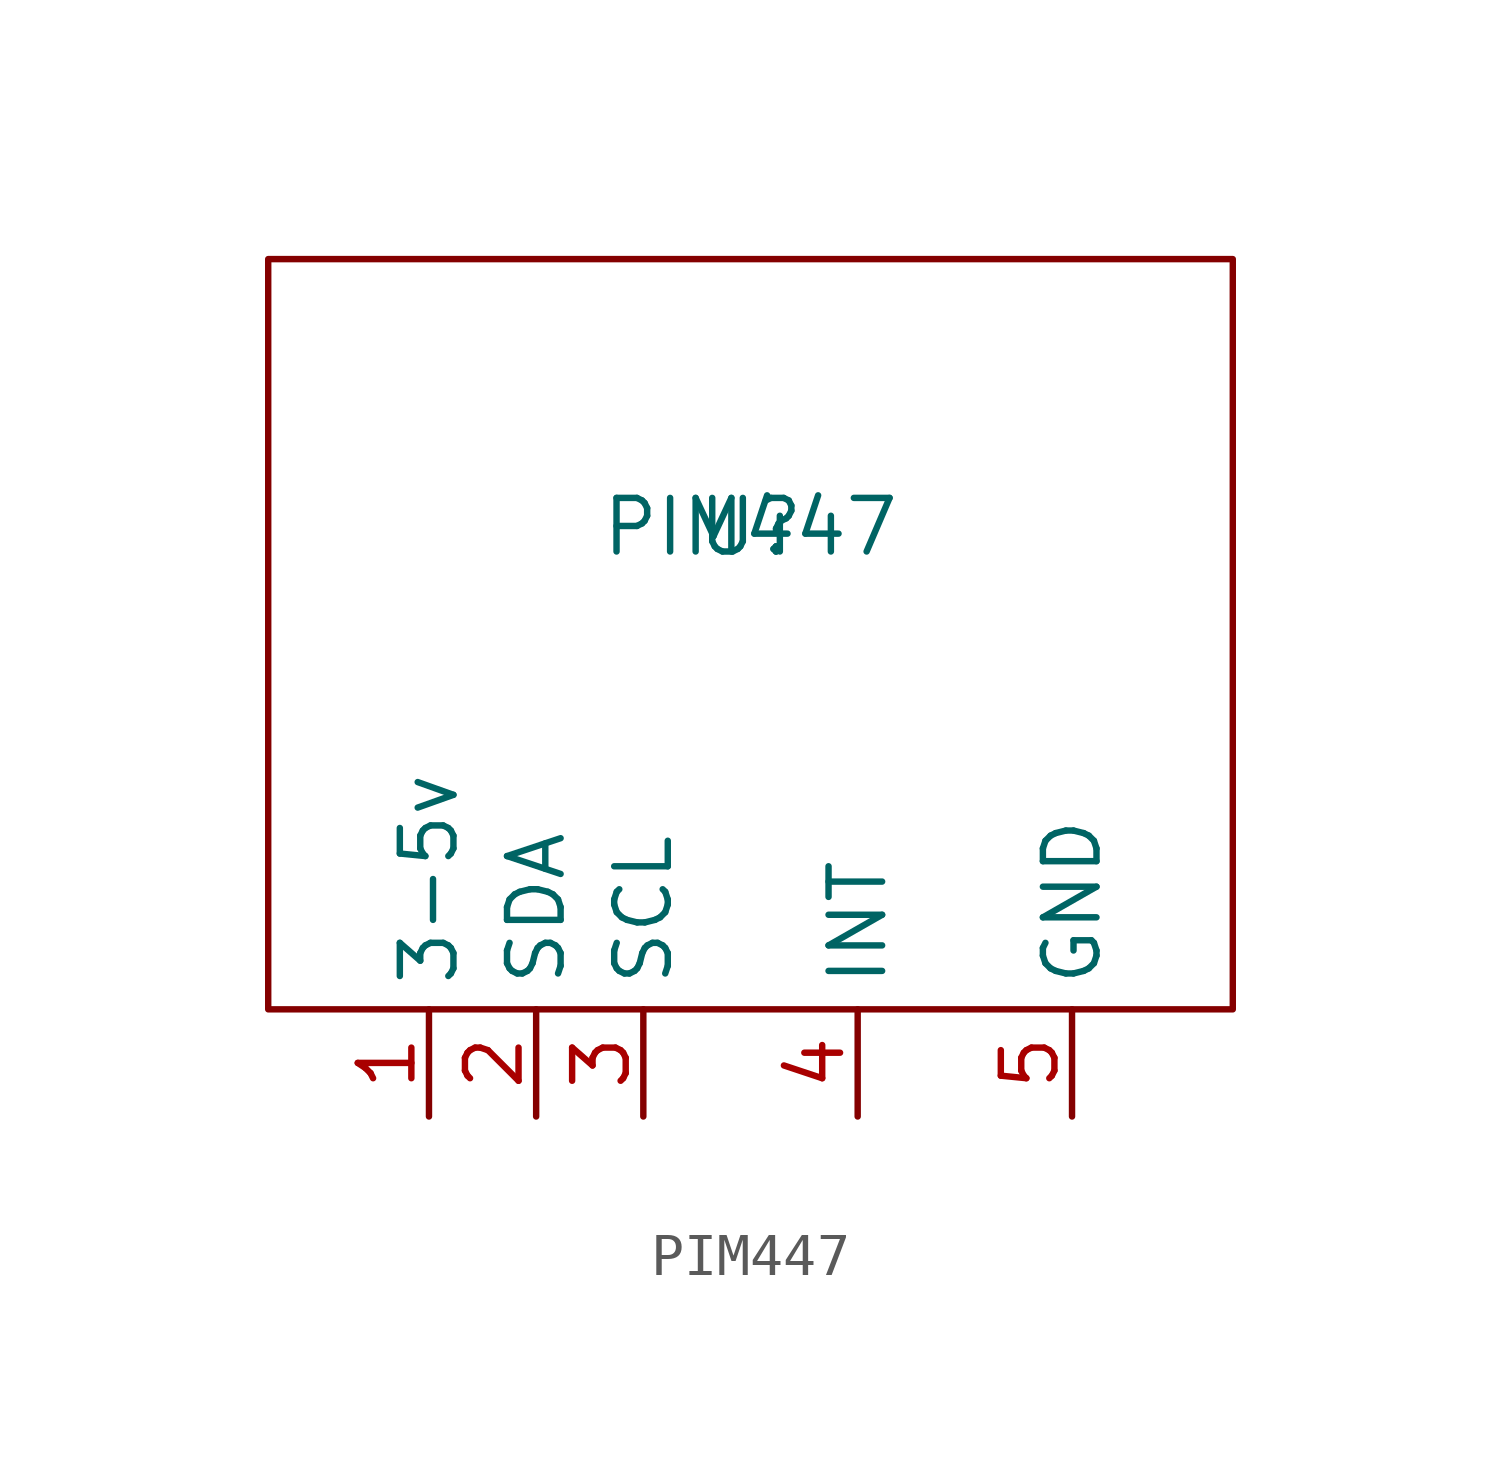
<source format=kicad_sym>
(kicad_symbol_lib
  (version 20201005)
  (generator kicad_symbol_editor)
  (symbol "grasndiceps:PIM447"
    (property "Reference" "U"
      (at 0 0 0)
      (effects (font (size 1.27 1.27))))
    (property "Value" "PIM447"
      (at 0 0 0)
      (effects (font (size 1.27 1.27))))
    (symbol "PIM447_0_1"
      (rectangle (start -11.43 6.35) (end 11.43 -11.43) (stroke (width 0.152)) (fill (type none))))
    (symbol "PIM447_1_1"
      (pin power_in line (at -7.62 -13.97 90) (length 2.54) (name "3-5v" (effects (font (size 1.27 1.27)))) (number "1" (effects (font (size 1.27 1.27)))))
      (pin bidirectional line (at -5.08 -13.97 90) (length 2.54) (name "SDA" (effects (font (size 1.27 1.27)))) (number "2" (effects (font (size 1.27 1.27)))))
      (pin bidirectional line (at -2.54 -13.97 90) (length 2.54) (name "SCL" (effects (font (size 1.27 1.27)))) (number "3" (effects (font (size 1.27 1.27)))))
      (pin bidirectional line (at 2.54 -13.97 90) (length 2.54) (name "INT" (effects (font (size 1.27 1.27)))) (number "4" (effects (font (size 1.27 1.27)))))
      (pin power_in line (at 7.62 -13.97 90) (length 2.54) (name "GND" (effects (font (size 1.27 1.27)))) (number "5" (effects (font (size 1.27 1.27))))))))
</source>
